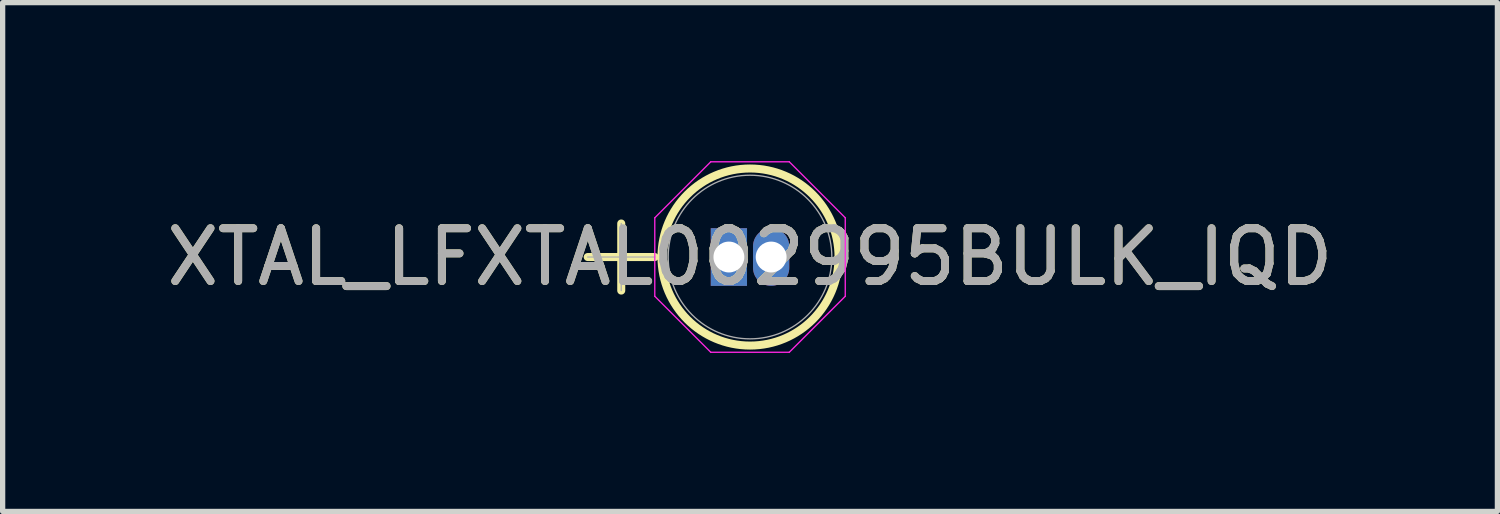
<source format=kicad_pcb>
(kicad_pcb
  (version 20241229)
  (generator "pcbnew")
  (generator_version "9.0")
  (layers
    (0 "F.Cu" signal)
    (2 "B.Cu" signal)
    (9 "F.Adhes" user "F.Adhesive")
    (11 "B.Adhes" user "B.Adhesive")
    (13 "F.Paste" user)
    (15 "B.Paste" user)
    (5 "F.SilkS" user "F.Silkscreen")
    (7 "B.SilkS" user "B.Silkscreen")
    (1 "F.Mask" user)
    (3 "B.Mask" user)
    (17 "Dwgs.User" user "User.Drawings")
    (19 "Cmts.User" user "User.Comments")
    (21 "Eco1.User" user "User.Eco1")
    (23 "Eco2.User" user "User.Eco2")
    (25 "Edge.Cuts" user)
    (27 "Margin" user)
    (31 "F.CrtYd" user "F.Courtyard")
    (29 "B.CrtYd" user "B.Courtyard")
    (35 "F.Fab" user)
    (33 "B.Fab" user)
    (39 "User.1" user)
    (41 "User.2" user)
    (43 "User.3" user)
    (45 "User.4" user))
  (footprint "XTAL_LFXTAL002995BULK_IQD"
    (layer "F.Cu")
    (at 10.749 1.816)
    (property "Reference" "XTAL_LFXTAL002995BULK_IQD" (at 0.4 0 0) (unlocked yes) (layer "F.SilkS") (effects (font (size 1 1) (thickness 0.15))))
    (attr through_hole)
    (fp_line (start -2.673 0) (end -1.403 0) (stroke (width 0.152) (type solid)) (layer "F.SilkS"))
    (fp_line (start -2.038 -0.635) (end -2.038 0.635) (stroke (width 0.152) (type solid)) (layer "F.SilkS"))
    (fp_circle (center 0.4 0) (end 2.076 0) (stroke (width 0.152) (type solid)) (fill no) (layer "F.SilkS"))
    (fp_line (start -1.403 -0.743) (end -0.343 -1.803) (stroke (width 0.025) (type solid)) (layer "F.CrtYd"))
    (fp_line (start -1.403 0.743) (end -1.403 -0.743) (stroke (width 0.025) (type solid)) (layer "F.CrtYd"))
    (fp_line (start -0.343 -1.803) (end 1.143 -1.803) (stroke (width 0.025) (type solid)) (layer "F.CrtYd"))
    (fp_line (start -0.343 1.803) (end -1.403 0.743) (stroke (width 0.025) (type solid)) (layer "F.CrtYd"))
    (fp_line (start 1.143 -1.803) (end 2.203 -0.743) (stroke (width 0.025) (type solid)) (layer "F.CrtYd"))
    (fp_line (start 1.143 1.803) (end -0.343 1.803) (stroke (width 0.025) (type solid)) (layer "F.CrtYd"))
    (fp_line (start 2.203 -0.743) (end 2.203 0.743) (stroke (width 0.025) (type solid)) (layer "F.CrtYd"))
    (fp_line (start 2.203 0.743) (end 1.143 1.803) (stroke (width 0.025) (type solid)) (layer "F.CrtYd"))
    (fp_line (start -2.673 0) (end -1.403 0) (stroke (width 0.025) (type solid)) (layer "F.Fab"))
    (fp_line (start -2.038 -0.635) (end -2.038 0.635) (stroke (width 0.025) (type solid)) (layer "F.Fab"))
    (fp_circle (center 0.4 0) (end 1.949 0) (stroke (width 0.025) (type solid)) (fill no) (layer "F.Fab"))
    (fp_text user "${REFERENCE}" (at 0.4 0 0) (unlocked yes) (layer "F.Fab") (effects (font (size 1 1) (thickness 0.15))))
    (pad "1" thru_hole rect (at 0 0) (size 0.686 1.092) (drill 0.584) (layers "*.Cu" "*.Mask"))
    (pad "2" thru_hole oval (at 0.8 0) (size 0.686 1.092) (drill 0.584) (layers "*.Cu" "*.Mask")))
  (gr_rect
    (start -3 -3)
    (end 25.298 6.632)
    (stroke (width 0.1) (type default))
    (fill no)
    (layer "Edge.Cuts")))
</source>
